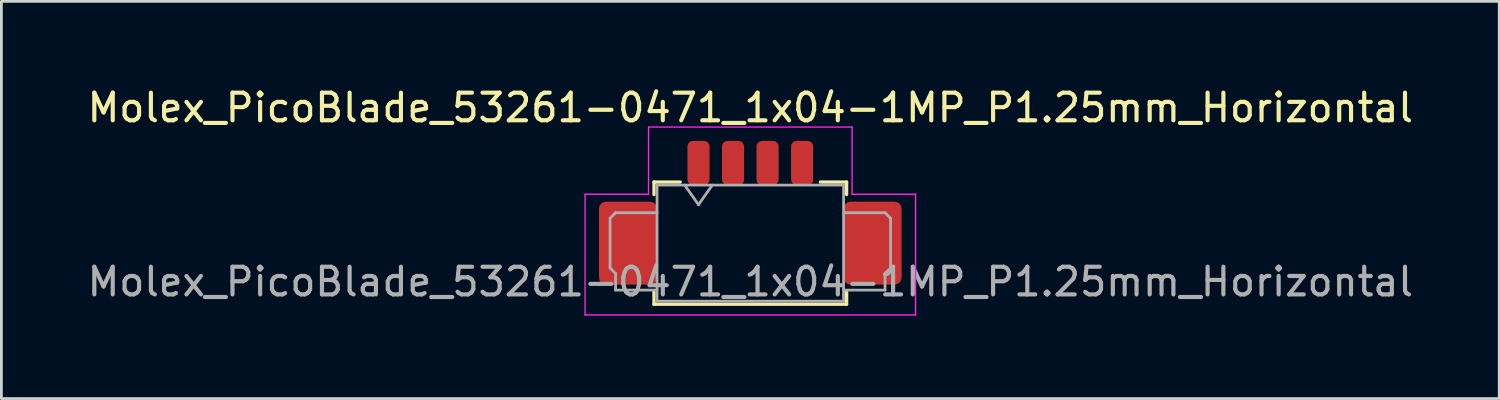
<source format=kicad_pcb>
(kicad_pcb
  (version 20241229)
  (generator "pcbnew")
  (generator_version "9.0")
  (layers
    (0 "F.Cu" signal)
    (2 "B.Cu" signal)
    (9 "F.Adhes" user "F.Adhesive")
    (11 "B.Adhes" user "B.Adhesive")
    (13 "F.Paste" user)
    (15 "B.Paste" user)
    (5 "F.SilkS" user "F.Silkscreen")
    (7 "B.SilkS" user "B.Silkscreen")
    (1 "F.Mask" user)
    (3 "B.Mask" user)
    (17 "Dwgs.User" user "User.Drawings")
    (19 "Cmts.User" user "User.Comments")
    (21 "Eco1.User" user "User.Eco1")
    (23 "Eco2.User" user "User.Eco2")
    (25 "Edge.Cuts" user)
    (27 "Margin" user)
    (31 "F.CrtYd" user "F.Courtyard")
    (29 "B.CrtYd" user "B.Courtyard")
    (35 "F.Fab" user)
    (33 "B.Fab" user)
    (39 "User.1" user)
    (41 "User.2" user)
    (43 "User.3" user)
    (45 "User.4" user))
  (footprint "Molex_PicoBlade_53261-0471_1x04-1MP_P1.25mm_Horizontal"
    (layer "F.Cu")
    (at 24.101 5.248)
    (property "Reference" "Molex_PicoBlade_53261-0471_1x04-1MP_P1.25mm_Horizontal" (at 0 -4.4 0) (layer "F.SilkS") (effects (font (size 1 1) (thickness 0.15))))
    (attr smd)
    (fp_line (start -3.485 -1.71) (end -2.535 -1.71) (stroke (width 0.12) (type solid)) (layer "F.SilkS"))
    (fp_line (start -3.485 -1.26) (end -3.485 -1.71) (stroke (width 0.12) (type solid)) (layer "F.SilkS"))
    (fp_line (start -3.485 2.26) (end -3.485 2.71) (stroke (width 0.12) (type solid)) (layer "F.SilkS"))
    (fp_line (start -3.485 2.71) (end 3.485 2.71) (stroke (width 0.12) (type solid)) (layer "F.SilkS"))
    (fp_line (start 3.485 -1.71) (end 2.535 -1.71) (stroke (width 0.12) (type solid)) (layer "F.SilkS"))
    (fp_line (start 3.485 -1.26) (end 3.485 -1.71) (stroke (width 0.12) (type solid)) (layer "F.SilkS"))
    (fp_line (start 3.485 2.71) (end 3.485 2.26) (stroke (width 0.12) (type solid)) (layer "F.SilkS"))
    (fp_line (start -5.98 -1.27) (end -5.98 3.1) (stroke (width 0.05) (type solid)) (layer "F.CrtYd"))
    (fp_line (start -5.98 3.1) (end 5.98 3.1) (stroke (width 0.05) (type solid)) (layer "F.CrtYd"))
    (fp_line (start -3.683 -3.7) (end -3.683 -1.27) (stroke (width 0.05) (type default)) (layer "F.CrtYd"))
    (fp_line (start -3.683 -1.27) (end -5.98 -1.27) (stroke (width 0.05) (type default)) (layer "F.CrtYd"))
    (fp_line (start 3.683 -3.7) (end -3.683 -3.7) (stroke (width 0.05) (type solid)) (layer "F.CrtYd"))
    (fp_line (start 3.683 -3.7) (end 3.683 -1.27) (stroke (width 0.05) (type default)) (layer "F.CrtYd"))
    (fp_line (start 3.683 -1.27) (end 5.98 -1.27) (stroke (width 0.05) (type default)) (layer "F.CrtYd"))
    (fp_line (start 5.98 3.1) (end 5.98 -1.27) (stroke (width 0.05) (type solid)) (layer "F.CrtYd"))
    (fp_line (start -5.075 -0.4) (end -5.075 1.4) (stroke (width 0.1) (type solid)) (layer "F.Fab"))
    (fp_line (start -5.075 1.4) (end -4.875 1.6) (stroke (width 0.1) (type solid)) (layer "F.Fab"))
    (fp_line (start -4.875 -0.6) (end -5.075 -0.4) (stroke (width 0.1) (type solid)) (layer "F.Fab"))
    (fp_line (start -4.875 1.6) (end -4.875 2.2) (stroke (width 0.1) (type solid)) (layer "F.Fab"))
    (fp_line (start -4.875 2.2) (end -3.375 2.2) (stroke (width 0.1) (type solid)) (layer "F.Fab"))
    (fp_line (start -3.375 -1.6) (end -3.375 2.6) (stroke (width 0.1) (type solid)) (layer "F.Fab"))
    (fp_line (start -3.375 -1.6) (end 3.375 -1.6) (stroke (width 0.1) (type solid)) (layer "F.Fab"))
    (fp_line (start -3.375 -0.6) (end -4.875 -0.6) (stroke (width 0.1) (type solid)) (layer "F.Fab"))
    (fp_line (start -3.375 2.6) (end 3.375 2.6) (stroke (width 0.1) (type solid)) (layer "F.Fab"))
    (fp_line (start -2.375 -1.6) (end -1.875 -0.893) (stroke (width 0.1) (type solid)) (layer "F.Fab"))
    (fp_line (start -1.875 -0.893) (end -1.375 -1.6) (stroke (width 0.1) (type solid)) (layer "F.Fab"))
    (fp_line (start 3.375 -1.6) (end 3.375 2.6) (stroke (width 0.1) (type solid)) (layer "F.Fab"))
    (fp_line (start 3.375 -0.6) (end 4.875 -0.6) (stroke (width 0.1) (type solid)) (layer "F.Fab"))
    (fp_line (start 4.875 -0.6) (end 5.075 -0.4) (stroke (width 0.1) (type solid)) (layer "F.Fab"))
    (fp_line (start 4.875 1.6) (end 4.875 2.2) (stroke (width 0.1) (type solid)) (layer "F.Fab"))
    (fp_line (start 4.875 2.2) (end 3.375 2.2) (stroke (width 0.1) (type solid)) (layer "F.Fab"))
    (fp_line (start 5.075 -0.4) (end 5.075 1.4) (stroke (width 0.1) (type solid)) (layer "F.Fab"))
    (fp_line (start 5.075 1.4) (end 4.875 1.6) (stroke (width 0.1) (type solid)) (layer "F.Fab"))
    (fp_text user "${REFERENCE}" (at 0 1.9 0) (layer "F.Fab") (effects (font (size 1 1) (thickness 0.15))))
    (pad "1" smd roundrect (at -1.875 -2.4) (size 0.8 1.6) (layers "F.Cu" "F.Mask" "F.Paste") (roundrect_rratio 0.25))
    (pad "2" smd roundrect (at -0.625 -2.4) (size 0.8 1.6) (layers "F.Cu" "F.Mask" "F.Paste") (roundrect_rratio 0.25))
    (pad "3" smd roundrect (at 0.625 -2.4) (size 0.8 1.6) (layers "F.Cu" "F.Mask" "F.Paste") (roundrect_rratio 0.25))
    (pad "4" smd roundrect (at 1.875 -2.4) (size 0.8 1.6) (layers "F.Cu" "F.Mask" "F.Paste") (roundrect_rratio 0.25))
    (pad "MP" smd roundrect (at -4.425 0.5) (size 2.1 3) (layers "F.Cu" "F.Mask" "F.Paste") (roundrect_rratio 0.119))
    (pad "MP" smd roundrect (at 4.425 0.5) (size 2.1 3) (layers "F.Cu" "F.Mask" "F.Paste") (roundrect_rratio 0.119)))
  (gr_rect
    (start -3 -3)
    (end 51.202 11.373)
    (stroke (width 0.1) (type default))
    (fill no)
    (layer "Edge.Cuts")))
</source>
